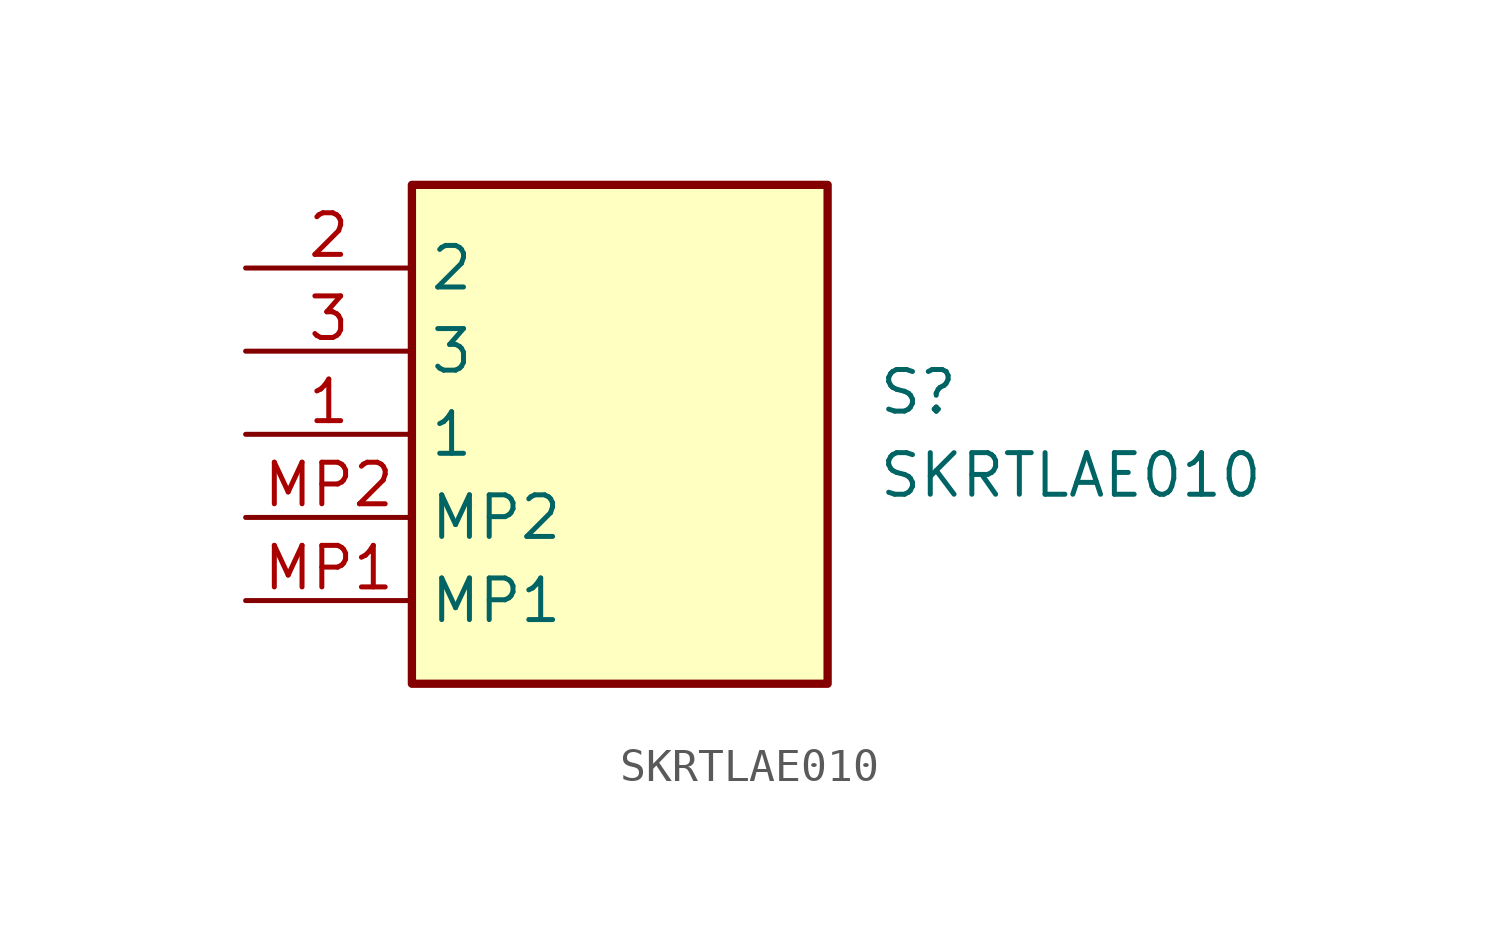
<source format=kicad_sym>
(kicad_symbol_lib
  (version 20241209)
  (generator "kicad_symbol_editor")
  (generator_version "9.0")
  (symbol "SKRTLAE010"
    (property "Reference" "S"
      (at 14.224 9.652 0)
      (effects (font (size 1.27 1.27)) (justify left top)))
    (property "Value" "SKRTLAE010"
      (at 14.224 7.112 0)
      (effects (font (size 1.27 1.27)) (justify left top)))
    (symbol "SKRTLAE010_1_1"
      (rectangle (start 0 15.24) (end 12.7 0) (stroke (width 0.254) (type default)) (fill (type background)))
      (pin passive line (at -5.08 12.7 0) (length 5.08) (name "2" (effects (font (size 1.27 1.27)))) (number "2" (effects (font (size 1.27 1.27)))))
      (pin passive line (at -5.08 10.16 0) (length 5.08) (name "3" (effects (font (size 1.27 1.27)))) (number "3" (effects (font (size 1.27 1.27)))))
      (pin passive line (at -5.08 7.62 0) (length 5.08) (name "1" (effects (font (size 1.27 1.27)))) (number "1" (effects (font (size 1.27 1.27)))))
      (pin passive line (at -5.08 5.08 0) (length 5.08) (name "MP2" (effects (font (size 1.27 1.27)))) (number "MP2" (effects (font (size 1.27 1.27)))))
      (pin passive line (at -5.08 2.54 0) (length 5.08) (name "MP1" (effects (font (size 1.27 1.27)))) (number "MP1" (effects (font (size 1.27 1.27))))))))
</source>
